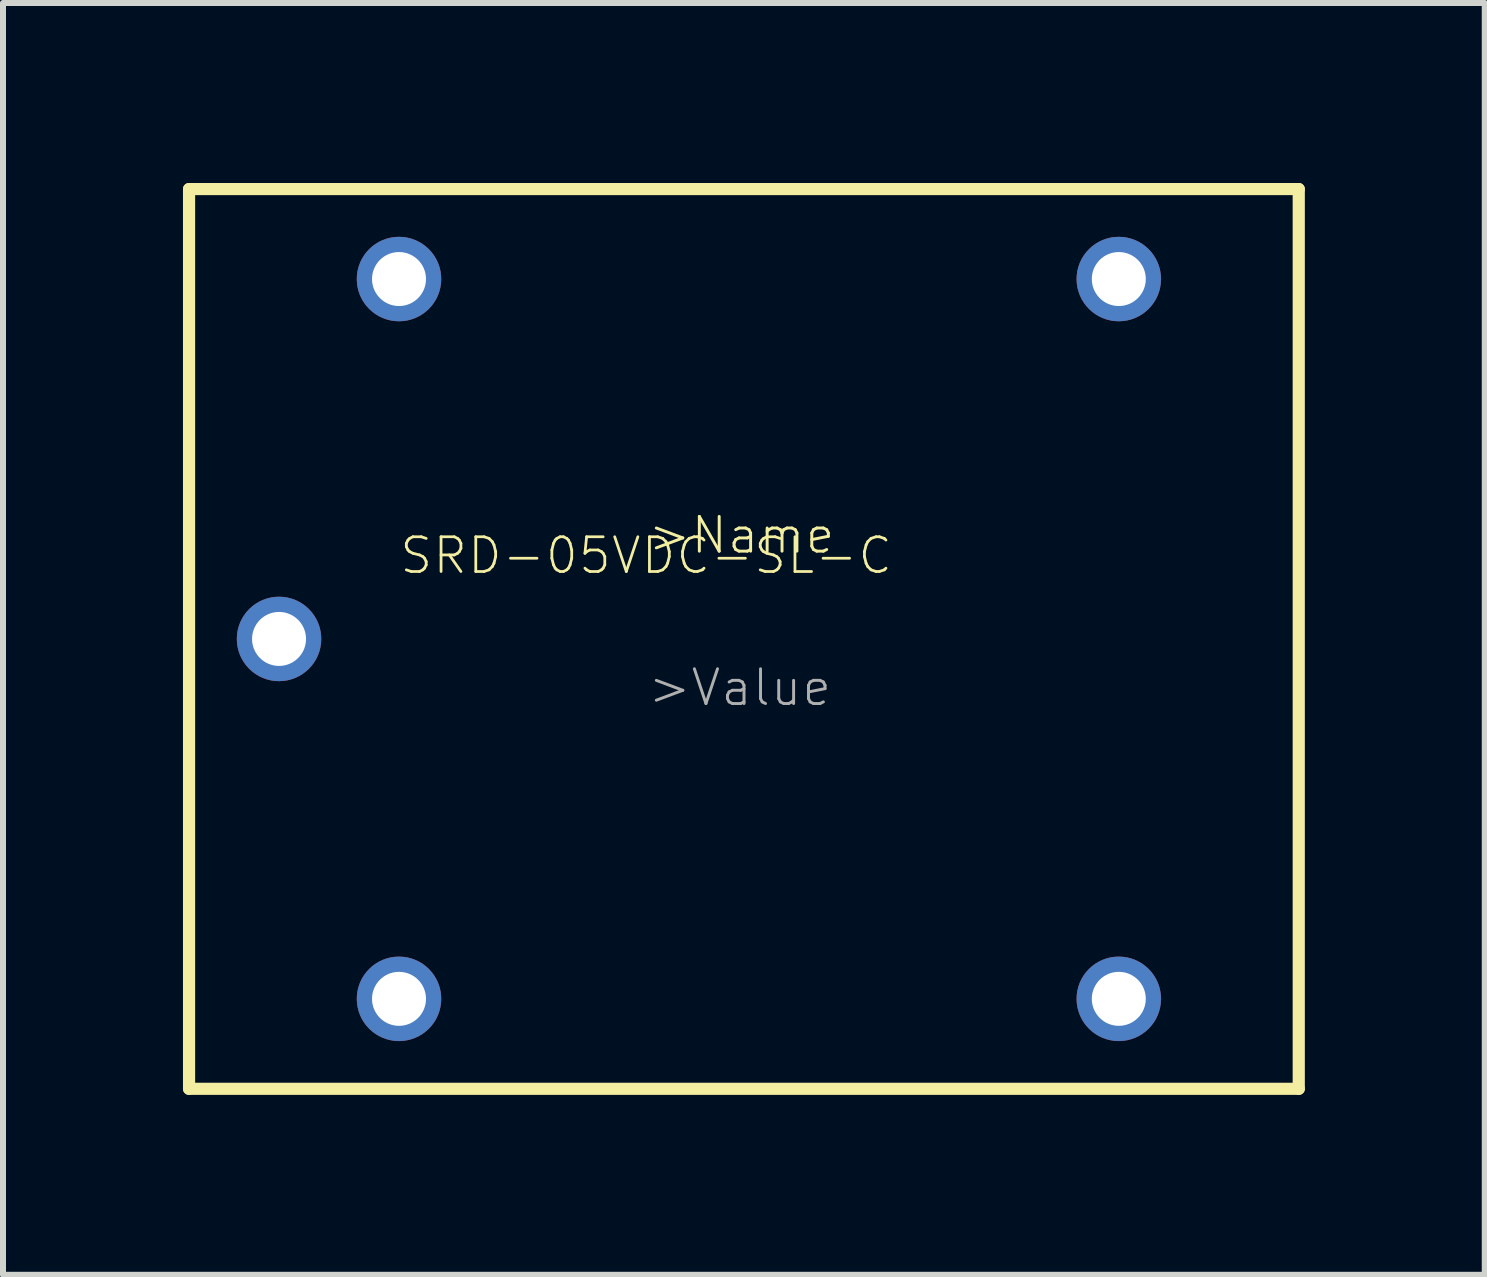
<source format=kicad_pcb>
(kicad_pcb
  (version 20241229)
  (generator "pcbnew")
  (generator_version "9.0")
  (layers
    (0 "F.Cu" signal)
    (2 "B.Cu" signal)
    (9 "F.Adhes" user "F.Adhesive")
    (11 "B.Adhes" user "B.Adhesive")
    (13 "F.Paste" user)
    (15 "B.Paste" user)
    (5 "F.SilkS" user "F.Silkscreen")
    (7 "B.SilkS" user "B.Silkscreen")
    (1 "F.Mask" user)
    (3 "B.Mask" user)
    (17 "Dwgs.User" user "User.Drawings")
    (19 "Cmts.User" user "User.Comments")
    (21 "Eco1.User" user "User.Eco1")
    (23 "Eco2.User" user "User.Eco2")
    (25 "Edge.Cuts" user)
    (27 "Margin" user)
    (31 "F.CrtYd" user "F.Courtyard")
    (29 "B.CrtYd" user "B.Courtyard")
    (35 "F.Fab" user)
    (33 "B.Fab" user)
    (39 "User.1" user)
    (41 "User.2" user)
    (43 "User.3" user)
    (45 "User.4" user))
  (footprint "SRD-05VDC-SL-C"
    (layer "F.Cu")
    (at 8.992 7.482)
    (property "Reference" "SRD-05VDC-SL-C" (at -1.27 -1.27 180) (layer "F.SilkS") (effects (font (size 0.579 0.579) (thickness 0.046))))
    (attr through_hole)
    (fp_line (start -8.89 -7.38) (end 9.61 -7.38) (stroke (width 0.203) (type solid)) (layer "F.SilkS"))
    (fp_line (start -8.89 7.62) (end -8.89 -7.38) (stroke (width 0.203) (type solid)) (layer "F.SilkS"))
    (fp_line (start 9.61 -7.38) (end 9.61 7.62) (stroke (width 0.203) (type solid)) (layer "F.SilkS"))
    (fp_line (start 9.61 7.62) (end -8.89 7.62) (stroke (width 0.203) (type solid)) (layer "F.SilkS"))
    (fp_text user ">Name" (at -1.27 -1.27 0) (layer "F.SilkS") (effects (font (size 0.579 0.579) (thickness 0.049)) (justify left bottom)))
    (fp_text user ">Value" (at -1.27 1.27 0) (layer "F.Fab") (effects (font (size 0.579 0.579) (thickness 0.049)) (justify left bottom)))
    (pad "COIL0" thru_hole circle (at -5.39 6.12) (size 1.408 1.408) (drill 0.9) (layers "*.Cu" "*.Mask"))
    (pad "COIL1" thru_hole circle (at -5.39 -5.88) (size 1.408 1.408) (drill 0.9) (layers "*.Cu" "*.Mask"))
    (pad "SWCLOSED" thru_hole circle (at 6.61 6.12) (size 1.408 1.408) (drill 0.9) (layers "*.Cu" "*.Mask"))
    (pad "SWCOMMON" thru_hole circle (at -7.39 0.12) (size 1.408 1.408) (drill 0.9) (layers "*.Cu" "*.Mask"))
    (pad "SWOPEN" thru_hole circle (at 6.61 -5.88) (size 1.408 1.408) (drill 0.9) (layers "*.Cu" "*.Mask")))
  (gr_rect
    (start -3 -3)
    (end 21.703 18.203)
    (stroke (width 0.1) (type default))
    (fill no)
    (layer "Edge.Cuts")))
</source>
